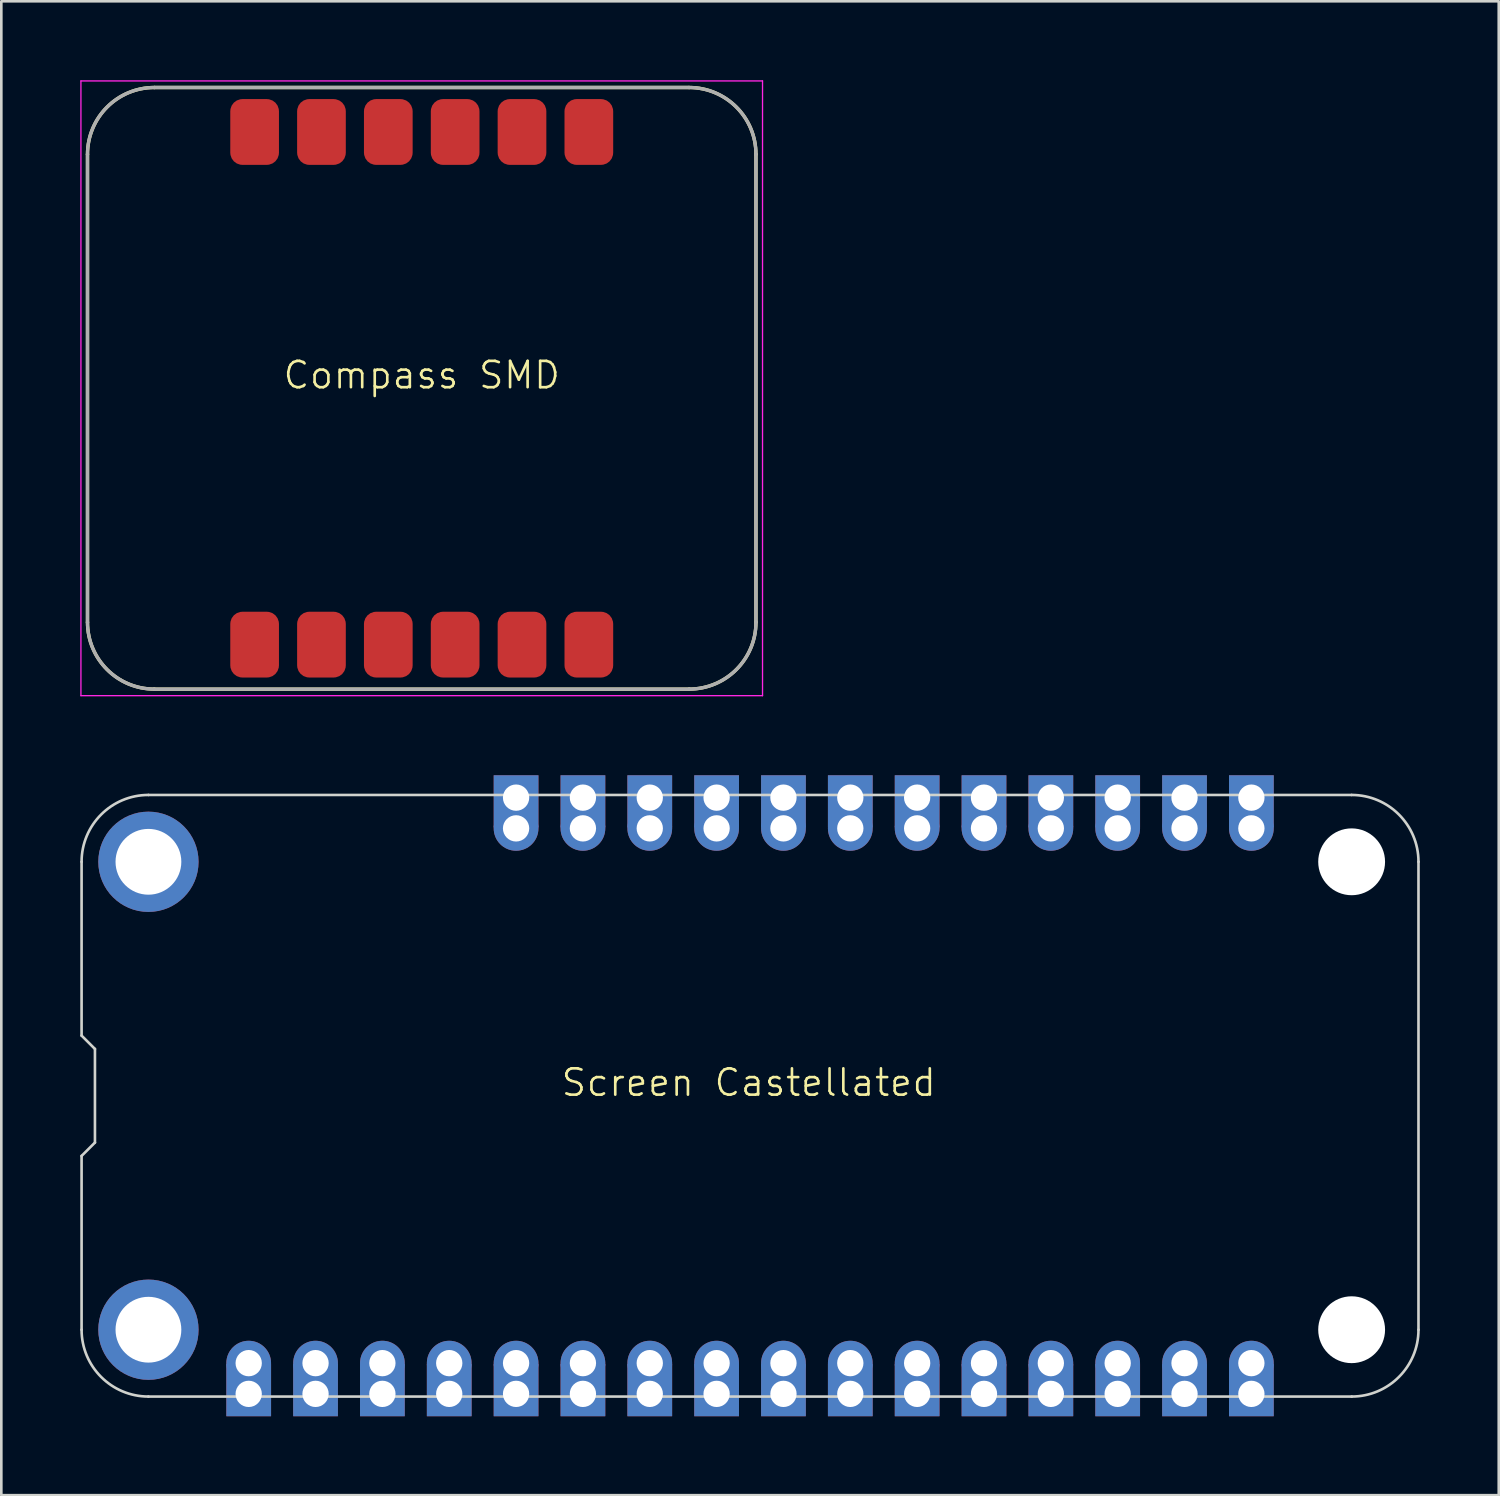
<source format=kicad_pcb>
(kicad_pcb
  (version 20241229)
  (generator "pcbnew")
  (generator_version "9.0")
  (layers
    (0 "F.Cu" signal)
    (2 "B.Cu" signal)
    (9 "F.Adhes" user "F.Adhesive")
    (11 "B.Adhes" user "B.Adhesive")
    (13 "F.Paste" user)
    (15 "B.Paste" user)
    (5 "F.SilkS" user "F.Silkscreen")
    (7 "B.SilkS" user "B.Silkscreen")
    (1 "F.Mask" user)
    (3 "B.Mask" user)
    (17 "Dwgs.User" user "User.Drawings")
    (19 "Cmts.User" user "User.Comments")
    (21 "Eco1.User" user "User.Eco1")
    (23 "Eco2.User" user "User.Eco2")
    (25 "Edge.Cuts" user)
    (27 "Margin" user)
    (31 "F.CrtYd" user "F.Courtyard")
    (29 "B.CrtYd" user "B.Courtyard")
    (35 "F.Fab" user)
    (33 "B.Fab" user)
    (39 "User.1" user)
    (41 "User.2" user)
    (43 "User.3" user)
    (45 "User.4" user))
  (footprint "Compass SMD"
    (layer "F.Cu")
    (at 12.975 11.705)
    (property "Reference" "Compass SMD" (at 0 -0.5 0) (unlocked yes) (layer "F.SilkS") (effects (font (size 1 1) (thickness 0.1))))
    (attr smd)
    (fp_line (start -12.7 -8.89) (end -12.7 8.89) (stroke (width 0.127) (type solid)) (layer "F.SilkS"))
    (fp_line (start -10.16 11.43) (end 10.16 11.43) (stroke (width 0.127) (type solid)) (layer "F.SilkS"))
    (fp_line (start 10.16 -11.43) (end -10.16 -11.43) (stroke (width 0.127) (type solid)) (layer "F.SilkS"))
    (fp_line (start 12.7 8.89) (end 12.7 -8.89) (stroke (width 0.127) (type solid)) (layer "F.SilkS"))
    (fp_arc (start -12.7 -8.89) (mid -11.956051 -10.686051) (end -10.16 -11.43) (stroke (width 0.127) (type solid)) (layer "F.SilkS"))
    (fp_arc (start -10.16 11.43) (mid -11.956051 10.686051) (end -12.7 8.89) (stroke (width 0.127) (type solid)) (layer "F.SilkS"))
    (fp_arc (start 10.16 -11.43) (mid 11.956051 -10.686051) (end 12.7 -8.89) (stroke (width 0.127) (type solid)) (layer "F.SilkS"))
    (fp_arc (start 12.7 8.89) (mid 11.956051 10.686051) (end 10.16 11.43) (stroke (width 0.127) (type solid)) (layer "F.SilkS"))
    (fp_line (start -12.95 -11.68) (end -12.95 11.68) (stroke (width 0.05) (type solid)) (layer "F.CrtYd"))
    (fp_line (start -12.95 11.68) (end 12.95 11.68) (stroke (width 0.05) (type solid)) (layer "F.CrtYd"))
    (fp_line (start 12.95 -11.68) (end -12.95 -11.68) (stroke (width 0.05) (type solid)) (layer "F.CrtYd"))
    (fp_line (start 12.95 11.68) (end 12.95 -11.68) (stroke (width 0.05) (type solid)) (layer "F.CrtYd"))
    (fp_line (start -12.7 -8.89) (end -12.7 8.89) (stroke (width 0.127) (type solid)) (layer "F.Fab"))
    (fp_line (start -10.16 11.43) (end 10.16 11.43) (stroke (width 0.127) (type solid)) (layer "F.Fab"))
    (fp_line (start 10.16 -11.43) (end -10.16 -11.43) (stroke (width 0.127) (type solid)) (layer "F.Fab"))
    (fp_line (start 12.7 8.89) (end 12.7 -8.89) (stroke (width 0.127) (type solid)) (layer "F.Fab"))
    (fp_arc (start -12.7 -8.89) (mid -11.956051 -10.686051) (end -10.16 -11.43) (stroke (width 0.127) (type solid)) (layer "F.Fab"))
    (fp_arc (start -10.16 11.43) (mid -11.956051 10.686051) (end -12.7 8.89) (stroke (width 0.127) (type solid)) (layer "F.Fab"))
    (fp_arc (start 10.16 -11.43) (mid 11.956051 -10.686051) (end 12.7 -8.89) (stroke (width 0.127) (type solid)) (layer "F.Fab"))
    (fp_arc (start 12.7 8.89) (mid 11.956051 10.686051) (end 10.16 11.43) (stroke (width 0.127) (type solid)) (layer "F.Fab"))
    (pad "JP1_1" smd roundrect (at -6.35 9.74 90) (size 2.5 1.85) (layers "F.Cu" "F.Mask" "F.Paste") (roundrect_rratio 0.25))
    (pad "JP1_2" smd roundrect (at -3.81 9.74 90) (size 2.5 1.85) (layers "F.Cu" "F.Mask" "F.Paste") (roundrect_rratio 0.25))
    (pad "JP1_3" smd roundrect (at -1.27 9.74 90) (size 2.5 1.85) (layers "F.Cu" "F.Mask" "F.Paste") (roundrect_rratio 0.25))
    (pad "JP1_4" smd roundrect (at 1.27 9.74 90) (size 2.5 1.85) (layers "F.Cu" "F.Mask" "F.Paste") (roundrect_rratio 0.25))
    (pad "JP1_5" smd roundrect (at 3.81 9.74 90) (size 2.5 1.85) (layers "F.Cu" "F.Mask" "F.Paste") (roundrect_rratio 0.25))
    (pad "JP1_6" smd roundrect (at 6.35 9.74 90) (size 2.5 1.85) (layers "F.Cu" "F.Mask" "F.Paste") (roundrect_rratio 0.25))
    (pad "JP2_1" smd roundrect (at -6.35 -9.74 270) (size 2.5 1.85) (layers "F.Cu" "F.Mask" "F.Paste") (roundrect_rratio 0.25))
    (pad "JP2_2" smd roundrect (at -3.81 -9.74 270) (size 2.5 1.85) (layers "F.Cu" "F.Mask" "F.Paste") (roundrect_rratio 0.25))
    (pad "JP2_3" smd roundrect (at -1.27 -9.74 270) (size 2.5 1.85) (layers "F.Cu" "F.Mask" "F.Paste") (roundrect_rratio 0.25))
    (pad "JP2_4" smd roundrect (at 1.27 -9.74 270) (size 2.5 1.85) (layers "F.Cu" "F.Mask" "F.Paste") (roundrect_rratio 0.25))
    (pad "JP2_5" smd roundrect (at 3.81 -9.74 270) (size 2.5 1.85) (layers "F.Cu" "F.Mask" "F.Paste") (roundrect_rratio 0.25))
    (pad "JP2_6" smd roundrect (at 6.35 -9.74 270) (size 2.5 1.85) (layers "F.Cu" "F.Mask" "F.Paste") (roundrect_rratio 0.25)))
  (footprint "Screen Castellated"
    (layer "F.Cu")
    (at 25.4 38.587)
    (property "Reference" "Screen Castellated" (at 0 -0.5 0) (unlocked yes) (layer "F.SilkS") (effects (font (size 1 1) (thickness 0.1))))
    (attr through_hole)
    (fp_line (start -25.35 -8.89) (end -25.35 -2.286) (stroke (width 0.1) (type solid)) (layer "Edge.Cuts"))
    (fp_line (start -25.35 -2.286) (end -24.842 -1.778) (stroke (width 0.1) (type solid)) (layer "Edge.Cuts"))
    (fp_line (start -25.35 2.286) (end -25.35 8.89) (stroke (width 0.1) (type solid)) (layer "Edge.Cuts"))
    (fp_line (start -24.842 -1.778) (end -24.842 1.778) (stroke (width 0.1) (type solid)) (layer "Edge.Cuts"))
    (fp_line (start -24.842 1.778) (end -25.35 2.286) (stroke (width 0.1) (type solid)) (layer "Edge.Cuts"))
    (fp_line (start -22.81 11.43) (end 22.91 11.43) (stroke (width 0.1) (type solid)) (layer "Edge.Cuts"))
    (fp_line (start 22.91 -11.43) (end -22.81 -11.43) (stroke (width 0.1) (type solid)) (layer "Edge.Cuts"))
    (fp_line (start 25.45 8.89) (end 25.45 -8.89) (stroke (width 0.1) (type solid)) (layer "Edge.Cuts"))
    (fp_arc (start -25.35 -8.89) (mid -24.606051 -10.686051) (end -22.81 -11.43) (stroke (width 0.1) (type solid)) (layer "Edge.Cuts"))
    (fp_arc (start -22.81 11.43) (mid -24.606051 10.686051) (end -25.35 8.89) (stroke (width 0.1) (type solid)) (layer "Edge.Cuts"))
    (fp_arc (start 22.91 -11.43) (mid 24.706051 -10.686051) (end 25.45 -8.89) (stroke (width 0.1) (type solid)) (layer "Edge.Cuts"))
    (fp_arc (start 25.45 8.89) (mid 24.706051 10.686051) (end 22.91 11.43) (stroke (width 0.1) (type solid)) (layer "Edge.Cuts"))
    (pad "" np_thru_hole circle (at 22.91 -8.89) (size 2.54 2.54) (drill 2.54) (layers "*.Cu" "*.Mask"))
    (pad "" np_thru_hole circle (at 22.91 8.89) (size 2.54 2.54) (drill 2.54) (layers "*.Cu" "*.Mask"))
    (pad "1" thru_hole circle (at -19 10.16 90) (size 1.7 1.7) (drill 1) (layers "*.Cu" "*.Mask"))
    (pad "1" thru_hole rect (at -19 11.328 90) (size 1.982 1.7) (drill 1 (offset 0.141 0)) (property pad_prop_castellated) (layers "*.Cu" "*.Mask"))
    (pad "2" thru_hole circle (at -16.46 10.16 90) (size 1.7 1.7) (drill 1) (layers "*.Cu" "*.Mask"))
    (pad "2" thru_hole rect (at -16.46 11.328 90) (size 1.982 1.7) (drill 1 (offset 0.141 0)) (property pad_prop_castellated) (layers "*.Cu" "*.Mask"))
    (pad "3" thru_hole circle (at -13.92 10.16 90) (size 1.7 1.7) (drill 1) (layers "*.Cu" "*.Mask"))
    (pad "3" thru_hole rect (at -13.92 11.328 90) (size 1.982 1.7) (drill 1 (offset 0.141 0)) (property pad_prop_castellated) (layers "*.Cu" "*.Mask"))
    (pad "4" thru_hole circle (at -11.38 10.16 90) (size 1.7 1.7) (drill 1) (layers "*.Cu" "*.Mask"))
    (pad "4" thru_hole rect (at -11.38 11.328 90) (size 1.982 1.7) (drill 1 (offset 0.141 0)) (property pad_prop_castellated) (layers "*.Cu" "*.Mask"))
    (pad "5" thru_hole circle (at -8.84 10.16 90) (size 1.7 1.7) (drill 1) (layers "*.Cu" "*.Mask"))
    (pad "5" thru_hole rect (at -8.84 11.328 90) (size 1.982 1.7) (drill 1 (offset 0.141 0)) (property pad_prop_castellated) (layers "*.Cu" "*.Mask"))
    (pad "6" thru_hole circle (at -6.3 10.16 90) (size 1.7 1.7) (drill 1) (layers "*.Cu" "*.Mask"))
    (pad "6" thru_hole rect (at -6.3 11.328 90) (size 1.982 1.7) (drill 1 (offset 0.141 0)) (property pad_prop_castellated) (layers "*.Cu" "*.Mask"))
    (pad "7" thru_hole circle (at -3.76 10.16 90) (size 1.7 1.7) (drill 1) (layers "*.Cu" "*.Mask"))
    (pad "7" thru_hole rect (at -3.76 11.328 90) (size 1.982 1.7) (drill 1 (offset 0.141 0)) (property pad_prop_castellated) (layers "*.Cu" "*.Mask"))
    (pad "8" thru_hole circle (at -1.22 10.16 90) (size 1.7 1.7) (drill 1) (layers "*.Cu" "*.Mask"))
    (pad "8" thru_hole rect (at -1.22 11.328 90) (size 1.982 1.7) (drill 1 (offset 0.141 0)) (property pad_prop_castellated) (layers "*.Cu" "*.Mask"))
    (pad "9" thru_hole circle (at 1.32 10.16 90) (size 1.7 1.7) (drill 1) (layers "*.Cu" "*.Mask"))
    (pad "9" thru_hole rect (at 1.32 11.328 90) (size 1.982 1.7) (drill 1 (offset 0.141 0)) (property pad_prop_castellated) (layers "*.Cu" "*.Mask"))
    (pad "10" thru_hole circle (at 3.86 10.16 90) (size 1.7 1.7) (drill 1) (layers "*.Cu" "*.Mask"))
    (pad "10" thru_hole rect (at 3.86 11.328 90) (size 1.982 1.7) (drill 1 (offset 0.141 0)) (property pad_prop_castellated) (layers "*.Cu" "*.Mask"))
    (pad "11" thru_hole circle (at 6.4 10.16 90) (size 1.7 1.7) (drill 1) (layers "*.Cu" "*.Mask"))
    (pad "11" thru_hole rect (at 6.4 11.328 90) (size 1.982 1.7) (drill 1 (offset 0.141 0)) (property pad_prop_castellated) (layers "*.Cu" "*.Mask"))
    (pad "12" thru_hole circle (at 8.94 10.16 90) (size 1.7 1.7) (drill 1) (layers "*.Cu" "*.Mask"))
    (pad "12" thru_hole rect (at 8.94 11.328 90) (size 1.982 1.7) (drill 1 (offset 0.141 0)) (property pad_prop_castellated) (layers "*.Cu" "*.Mask"))
    (pad "13" thru_hole circle (at 11.48 10.16 90) (size 1.7 1.7) (drill 1) (layers "*.Cu" "*.Mask"))
    (pad "13" thru_hole rect (at 11.48 11.328 90) (size 1.982 1.7) (drill 1 (offset 0.141 0)) (property pad_prop_castellated) (layers "*.Cu" "*.Mask"))
    (pad "14" thru_hole circle (at 14.02 10.16 90) (size 1.7 1.7) (drill 1) (layers "*.Cu" "*.Mask"))
    (pad "14" thru_hole rect (at 14.02 11.328 90) (size 1.982 1.7) (drill 1 (offset 0.141 0)) (property pad_prop_castellated) (layers "*.Cu" "*.Mask"))
    (pad "15" thru_hole circle (at 16.56 10.16 90) (size 1.7 1.7) (drill 1) (layers "*.Cu" "*.Mask"))
    (pad "15" thru_hole rect (at 16.56 11.328 90) (size 1.982 1.7) (drill 1 (offset 0.141 0)) (property pad_prop_castellated) (layers "*.Cu" "*.Mask"))
    (pad "16" thru_hole circle (at 19.1 10.16 90) (size 1.7 1.7) (drill 1) (layers "*.Cu" "*.Mask"))
    (pad "16" thru_hole rect (at 19.1 11.328 90) (size 1.982 1.7) (drill 1 (offset 0.141 0)) (property pad_prop_castellated) (layers "*.Cu" "*.Mask"))
    (pad "17" thru_hole rect (at 19.1 -11.328 270) (size 1.982 1.7) (drill 1 (offset 0.141 0)) (property pad_prop_castellated) (layers "*.Cu" "*.Mask"))
    (pad "17" thru_hole circle (at 19.1 -10.16 270) (size 1.7 1.7) (drill 1) (layers "*.Cu" "*.Mask"))
    (pad "18" thru_hole rect (at 16.56 -11.328 270) (size 1.982 1.7) (drill 1 (offset 0.141 0)) (property pad_prop_castellated) (layers "*.Cu" "*.Mask"))
    (pad "18" thru_hole circle (at 16.56 -10.16 270) (size 1.7 1.7) (drill 1) (layers "*.Cu" "*.Mask"))
    (pad "19" thru_hole rect (at 14.02 -11.328 270) (size 1.982 1.7) (drill 1 (offset 0.141 0)) (property pad_prop_castellated) (layers "*.Cu" "*.Mask"))
    (pad "19" thru_hole circle (at 14.02 -10.16 270) (size 1.7 1.7) (drill 1) (layers "*.Cu" "*.Mask"))
    (pad "20" thru_hole rect (at 11.48 -11.328 270) (size 1.982 1.7) (drill 1 (offset 0.141 0)) (property pad_prop_castellated) (layers "*.Cu" "*.Mask"))
    (pad "20" thru_hole circle (at 11.48 -10.16 270) (size 1.7 1.7) (drill 1) (layers "*.Cu" "*.Mask"))
    (pad "21" thru_hole rect (at 8.94 -11.328 270) (size 1.982 1.7) (drill 1 (offset 0.141 0)) (property pad_prop_castellated) (layers "*.Cu" "*.Mask"))
    (pad "21" thru_hole circle (at 8.94 -10.16 270) (size 1.7 1.7) (drill 1) (layers "*.Cu" "*.Mask"))
    (pad "22" thru_hole rect (at 6.4 -11.328 270) (size 1.982 1.7) (drill 1 (offset 0.141 0)) (property pad_prop_castellated) (layers "*.Cu" "*.Mask"))
    (pad "22" thru_hole circle (at 6.4 -10.16 270) (size 1.7 1.7) (drill 1) (layers "*.Cu" "*.Mask"))
    (pad "23" thru_hole rect (at 3.86 -11.328 270) (size 1.982 1.7) (drill 1 (offset 0.141 0)) (property pad_prop_castellated) (layers "*.Cu" "*.Mask"))
    (pad "23" thru_hole circle (at 3.86 -10.16 270) (size 1.7 1.7) (drill 1) (layers "*.Cu" "*.Mask"))
    (pad "24" thru_hole rect (at 1.32 -11.328 270) (size 1.982 1.7) (drill 1 (offset 0.141 0)) (property pad_prop_castellated) (layers "*.Cu" "*.Mask"))
    (pad "24" thru_hole circle (at 1.32 -10.16 270) (size 1.7 1.7) (drill 1) (layers "*.Cu" "*.Mask"))
    (pad "25" thru_hole rect (at -1.22 -11.328 270) (size 1.982 1.7) (drill 1 (offset 0.141 0)) (property pad_prop_castellated) (layers "*.Cu" "*.Mask"))
    (pad "25" thru_hole circle (at -1.22 -10.16 270) (size 1.7 1.7) (drill 1) (layers "*.Cu" "*.Mask"))
    (pad "26" thru_hole rect (at -3.76 -11.328 270) (size 1.982 1.7) (drill 1 (offset 0.141 0)) (property pad_prop_castellated) (layers "*.Cu" "*.Mask"))
    (pad "26" thru_hole circle (at -3.76 -10.16 270) (size 1.7 1.7) (drill 1) (layers "*.Cu" "*.Mask"))
    (pad "27" thru_hole rect (at -6.3 -11.328 270) (size 1.982 1.7) (drill 1 (offset 0.141 0)) (property pad_prop_castellated) (layers "*.Cu" "*.Mask"))
    (pad "27" thru_hole circle (at -6.3 -10.16 270) (size 1.7 1.7) (drill 1) (layers "*.Cu" "*.Mask"))
    (pad "28" thru_hole rect (at -8.84 -11.328 270) (size 1.982 1.7) (drill 1 (offset 0.141 0)) (property pad_prop_castellated) (layers "*.Cu" "*.Mask"))
    (pad "28" thru_hole circle (at -8.84 -10.16 270) (size 1.7 1.7) (drill 1) (layers "*.Cu" "*.Mask"))
    (pad "P$1" thru_hole circle (at -22.81 -8.89) (size 3.81 3.81) (drill 2.5) (layers "*.Cu" "*.Mask"))
    (pad "P$2" thru_hole circle (at -22.81 8.89) (size 3.81 3.81) (drill 2.5) (layers "*.Cu" "*.Mask")))
  (gr_rect
    (start -3 -3)
    (end 53.9 53.765)
    (stroke (width 0.1) (type default))
    (fill no)
    (layer "Edge.Cuts")))
</source>
